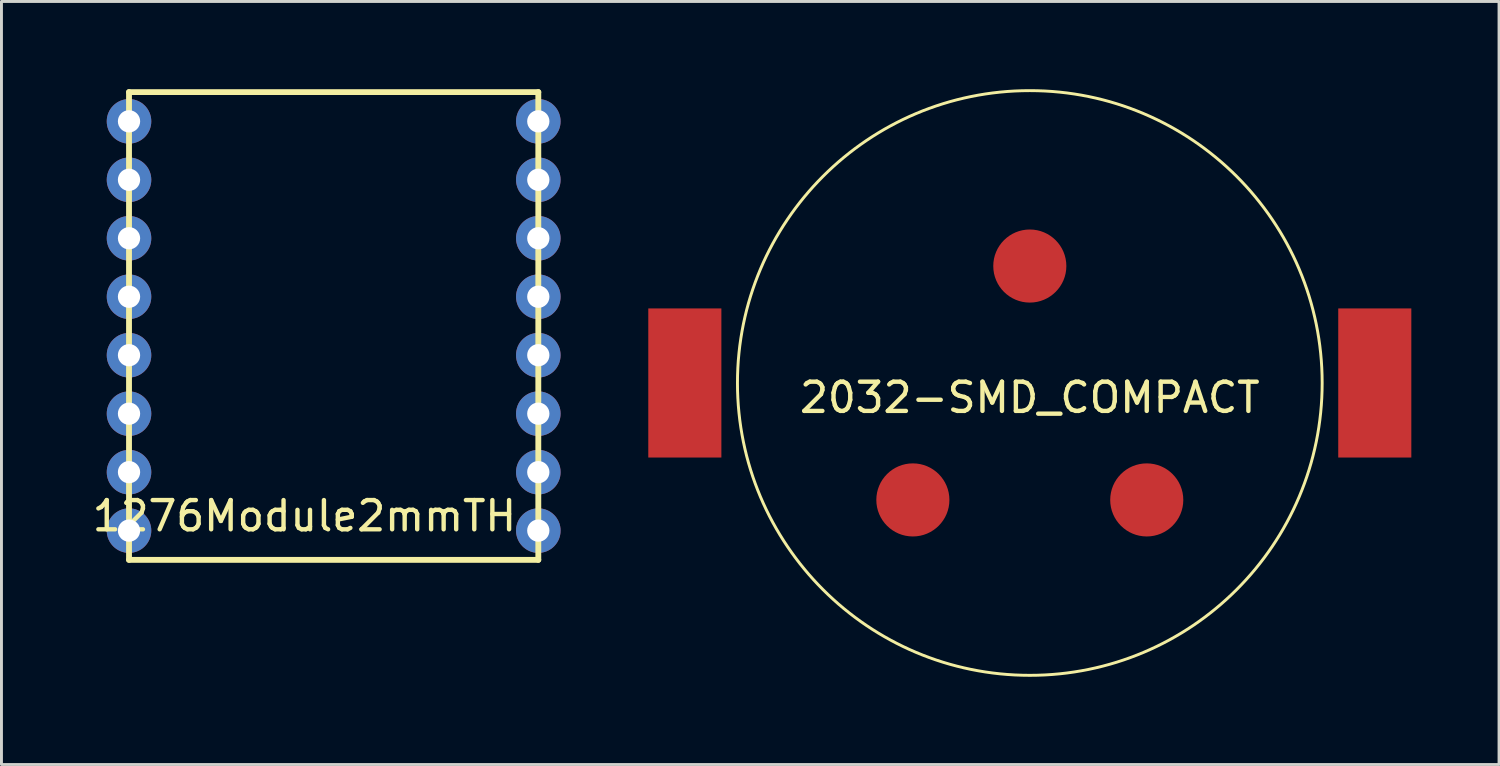
<source format=kicad_pcb>
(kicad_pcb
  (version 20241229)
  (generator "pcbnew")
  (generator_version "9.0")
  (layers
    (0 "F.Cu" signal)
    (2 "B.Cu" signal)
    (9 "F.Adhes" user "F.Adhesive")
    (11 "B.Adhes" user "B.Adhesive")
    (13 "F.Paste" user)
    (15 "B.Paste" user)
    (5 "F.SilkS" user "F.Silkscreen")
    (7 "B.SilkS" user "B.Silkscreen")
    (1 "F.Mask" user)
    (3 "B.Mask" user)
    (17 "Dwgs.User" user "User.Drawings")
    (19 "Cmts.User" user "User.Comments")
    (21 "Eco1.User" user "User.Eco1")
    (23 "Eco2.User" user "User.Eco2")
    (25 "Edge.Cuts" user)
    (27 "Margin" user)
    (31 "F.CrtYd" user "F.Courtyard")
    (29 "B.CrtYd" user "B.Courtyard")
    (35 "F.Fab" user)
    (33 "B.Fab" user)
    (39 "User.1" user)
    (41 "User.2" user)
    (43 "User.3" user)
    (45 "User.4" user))
  (footprint "1276Module2mmTH"
    (layer "F.Cu")
    (at 7.363 14.1)
    (property "Reference" "1276Module2mmTH" (at 0 0.5 0) (layer "F.SilkS") (effects (font (size 1 1) (thickness 0.15))))
    (attr through_hole)
    (fp_line (start -6 -14) (end 8 -14) (stroke (width 0.2) (type solid)) (layer "F.SilkS"))
    (fp_line (start -6 2) (end -6 -14) (stroke (width 0.2) (type solid)) (layer "F.SilkS"))
    (fp_line (start 8 -14) (end 8 2) (stroke (width 0.2) (type solid)) (layer "F.SilkS"))
    (fp_line (start 8 2) (end -6 2) (stroke (width 0.2) (type solid)) (layer "F.SilkS"))
    (pad "1" thru_hole circle (at -6 -13) (size 1.524 1.524) (drill 0.762) (layers "*.Cu" "*.Mask"))
    (pad "1" thru_hole circle (at -6 1) (size 1.524 1.524) (drill 0.762) (layers "*.Cu" "*.Mask"))
    (pad "1" thru_hole circle (at 8 -1) (size 1.524 1.524) (drill 0.762) (layers "*.Cu" "*.Mask"))
    (pad "2" thru_hole circle (at -6 -11) (size 1.524 1.524) (drill 0.762) (layers "*.Cu" "*.Mask"))
    (pad "3" thru_hole circle (at -6 -9) (size 1.524 1.524) (drill 0.762) (layers "*.Cu" "*.Mask"))
    (pad "4" thru_hole circle (at -6 -7) (size 1.524 1.524) (drill 0.762) (layers "*.Cu" "*.Mask"))
    (pad "5" thru_hole circle (at -6 -5) (size 1.524 1.524) (drill 0.762) (layers "*.Cu" "*.Mask"))
    (pad "6" thru_hole circle (at -6 -3) (size 1.524 1.524) (drill 0.762) (layers "*.Cu" "*.Mask"))
    (pad "7" thru_hole circle (at 8 -9) (size 1.524 1.524) (drill 0.762) (layers "*.Cu" "*.Mask"))
    (pad "8" thru_hole circle (at 8 -11) (size 1.524 1.524) (drill 0.762) (layers "*.Cu" "*.Mask"))
    (pad "9" thru_hole circle (at 8 -13) (size 1.524 1.524) (drill 0.762) (layers "*.Cu" "*.Mask"))
    (pad "10" thru_hole circle (at 8 -3) (size 1.524 1.524) (drill 0.762) (layers "*.Cu" "*.Mask"))
    (pad "11" thru_hole circle (at 8 -5) (size 1.524 1.524) (drill 0.762) (layers "*.Cu" "*.Mask"))
    (pad "12" thru_hole circle (at -6 -1) (size 1.524 1.524) (drill 0.762) (layers "*.Cu" "*.Mask"))
    (pad "13" thru_hole circle (at 8 1) (size 1.524 1.524) (drill 0.762) (layers "*.Cu" "*.Mask"))
    (pad "14" thru_hole circle (at 8 -7) (size 1.524 1.524) (drill 0.762) (layers "*.Cu" "*.Mask")))
  (footprint "2032-SMD_COMPACT"
    (layer "F.Cu")
    (at 32.175 10.05)
    (property "Reference" "2032-SMD_COMPACT" (at 0 0.5 0) (layer "F.SilkS") (effects (font (size 1 1) (thickness 0.15))))
    (attr through_hole)
    (fp_circle (center 0 0) (end 10 0) (stroke (width 0.1) (type solid)) (fill no) (layer "F.SilkS"))
    (pad "1" smd rect (at -11.8 0) (size 2.5 5.1) (layers "F.Cu" "F.Mask" "F.Paste"))
    (pad "1" smd rect (at 11.8 0) (size 2.5 5.1) (layers "F.Cu" "F.Mask" "F.Paste"))
    (pad "2" smd circle (at -4 4) (size 2.5 2.5) (layers "F.Cu" "F.Mask" "F.Paste"))
    (pad "2" smd circle (at 0 -4) (size 2.5 2.5) (layers "F.Cu" "F.Mask" "F.Paste"))
    (pad "2" smd circle (at 4 4) (size 2.5 2.5) (layers "F.Cu" "F.Mask" "F.Paste")))
  (gr_rect
    (start -3 -3)
    (end 48.225 23.1)
    (stroke (width 0.1) (type default))
    (fill no)
    (layer "Edge.Cuts")))
</source>
